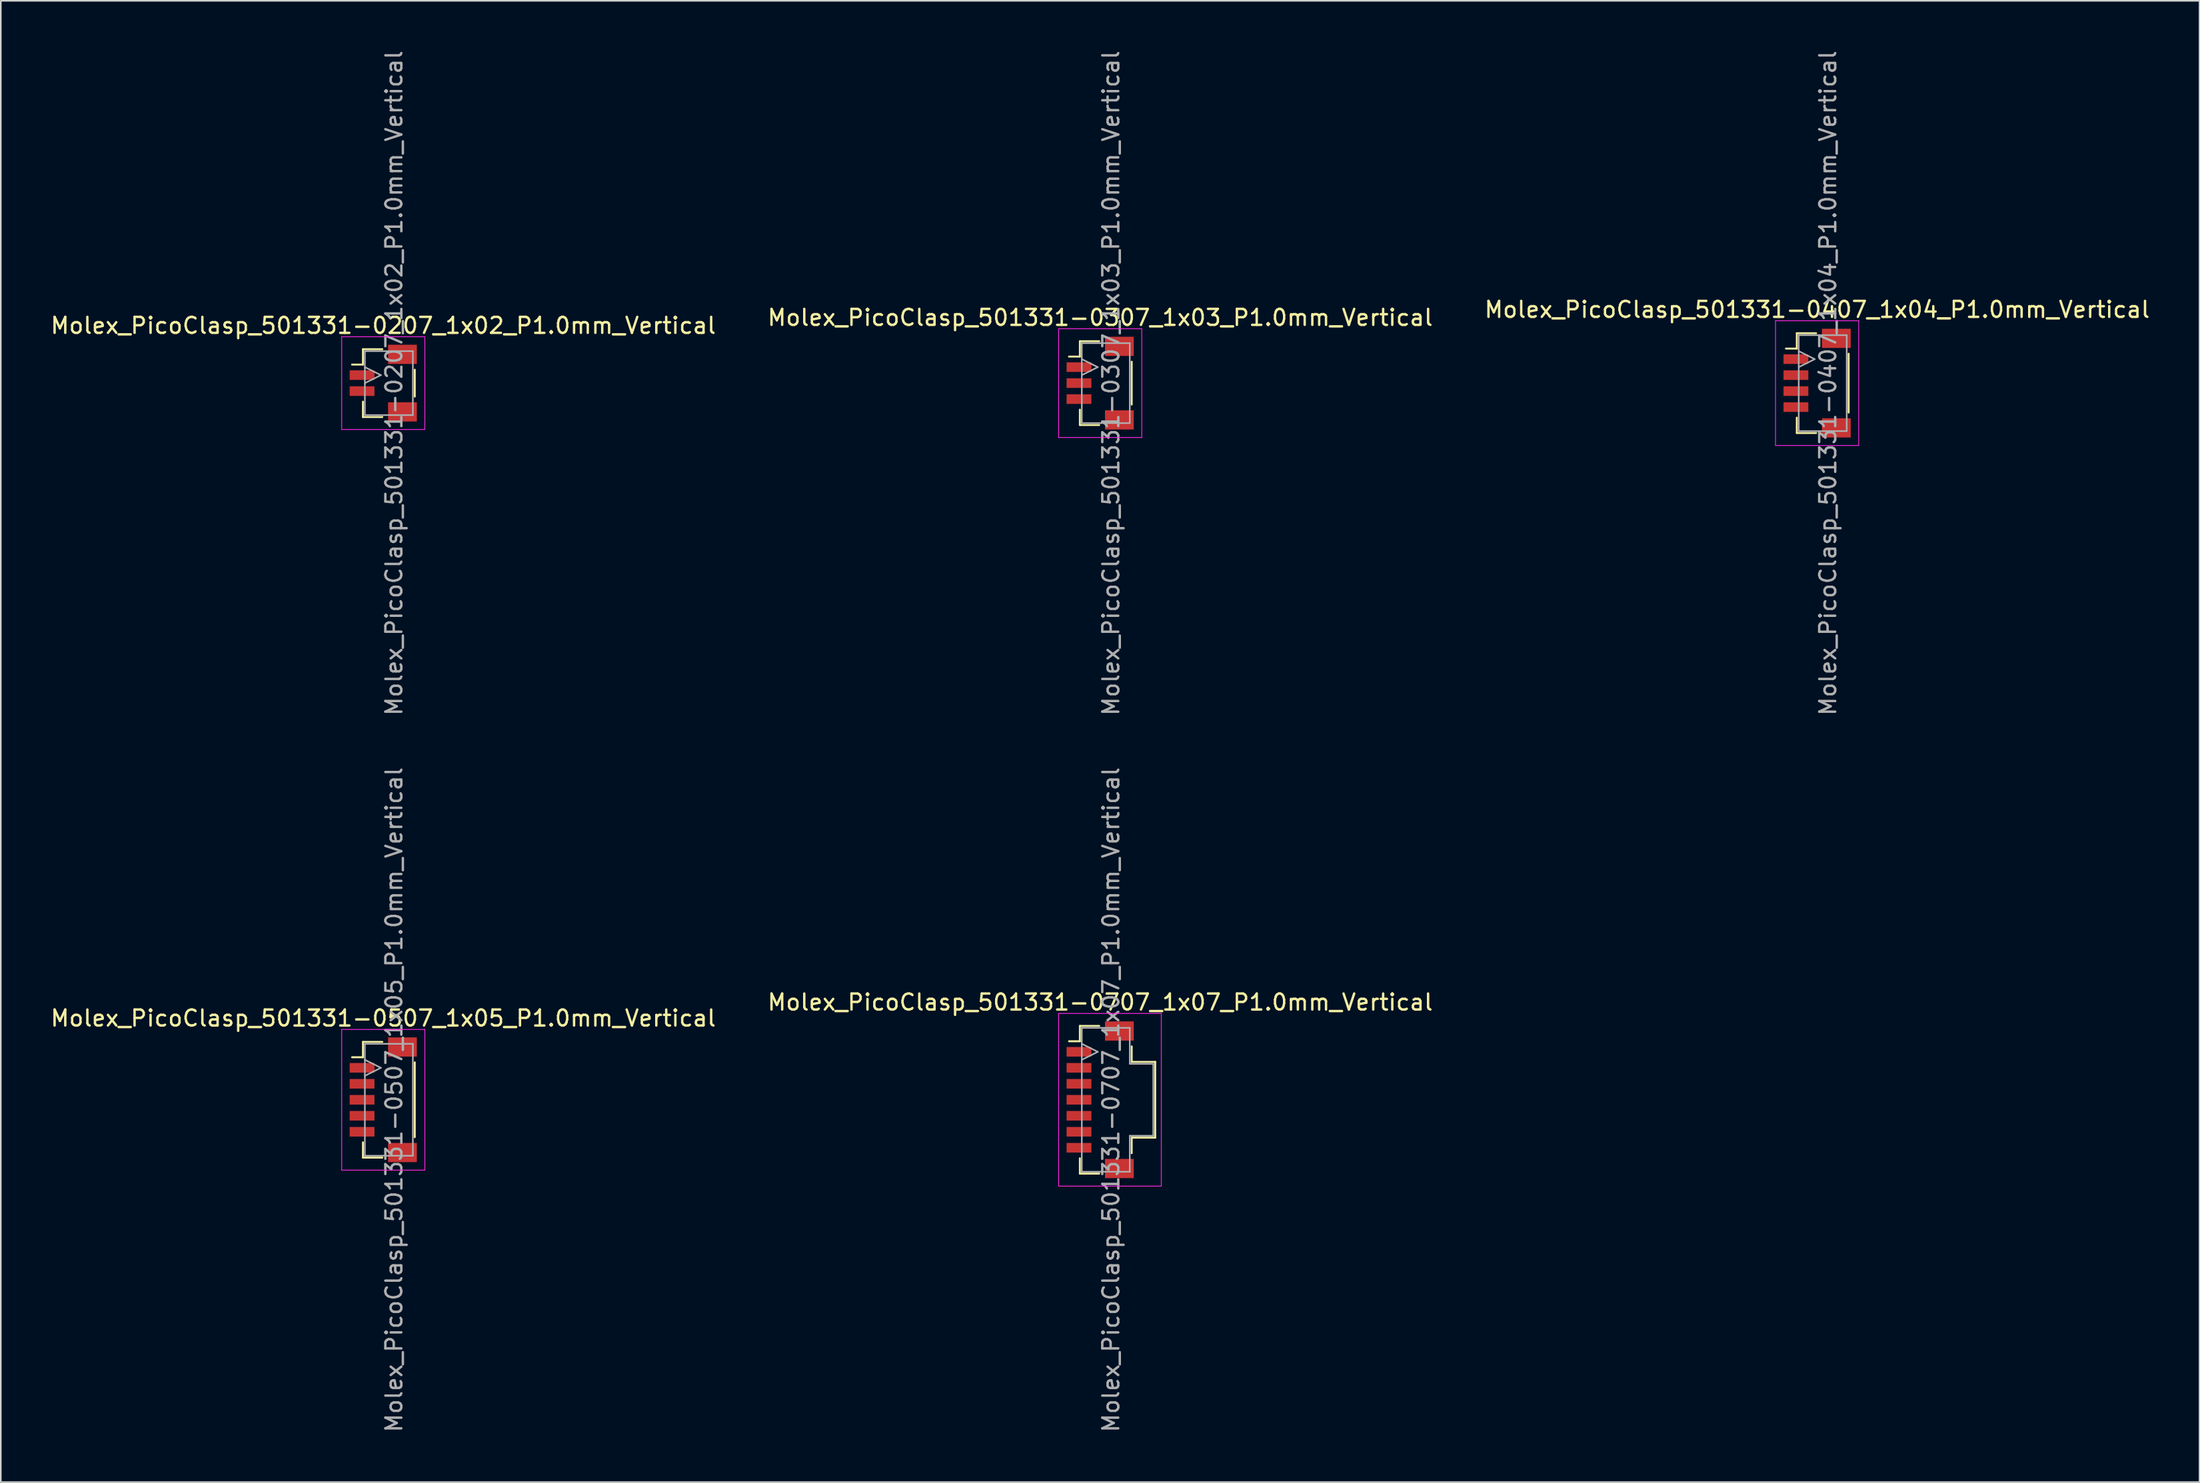
<source format=kicad_pcb>
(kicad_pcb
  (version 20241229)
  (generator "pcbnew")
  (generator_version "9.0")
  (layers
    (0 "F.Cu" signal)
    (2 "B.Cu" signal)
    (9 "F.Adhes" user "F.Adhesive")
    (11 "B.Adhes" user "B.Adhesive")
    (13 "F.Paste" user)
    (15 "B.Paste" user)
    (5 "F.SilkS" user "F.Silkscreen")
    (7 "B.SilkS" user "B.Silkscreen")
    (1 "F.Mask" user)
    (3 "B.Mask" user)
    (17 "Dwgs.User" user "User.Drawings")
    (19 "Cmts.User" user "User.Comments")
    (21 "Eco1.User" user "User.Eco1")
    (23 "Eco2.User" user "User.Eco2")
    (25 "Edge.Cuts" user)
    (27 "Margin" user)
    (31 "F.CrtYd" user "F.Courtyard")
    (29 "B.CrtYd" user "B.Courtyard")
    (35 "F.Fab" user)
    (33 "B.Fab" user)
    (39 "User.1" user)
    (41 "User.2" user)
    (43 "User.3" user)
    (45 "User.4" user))
  (footprint "Molex_PicoClasp_501331-0307_1x03_P1.0mm_Vertical"
    (layer "F.Cu")
    (at 65.732 20.911)
    (property "Reference" "Molex_PicoClasp_501331-0307_1x03_P1.0mm_Vertical" (at 0 -4.1 0) (layer "F.SilkS") (effects (font (size 1 1) (thickness 0.15))))
    (attr smd)
    (fp_line (start -1.95 -1.66) (end -1.27 -1.66) (stroke (width 0.12) (type solid)) (layer "F.SilkS"))
    (fp_line (start -1.27 -2.62) (end -0.06 -2.62) (stroke (width 0.12) (type solid)) (layer "F.SilkS"))
    (fp_line (start -1.27 -1.66) (end -1.27 -2.62) (stroke (width 0.12) (type solid)) (layer "F.SilkS"))
    (fp_line (start -1.27 1.66) (end -1.27 2.62) (stroke (width 0.12) (type solid)) (layer "F.SilkS"))
    (fp_line (start -1.27 2.62) (end -0.06 2.62) (stroke (width 0.12) (type solid)) (layer "F.SilkS"))
    (fp_line (start 1.97 -1.34) (end 1.97 1.34) (stroke (width 0.12) (type solid)) (layer "F.SilkS"))
    (fp_line (start -2.6 -3.4) (end -2.6 3.4) (stroke (width 0.05) (type solid)) (layer "F.CrtYd"))
    (fp_line (start -2.6 3.4) (end 2.6 3.4) (stroke (width 0.05) (type solid)) (layer "F.CrtYd"))
    (fp_line (start 2.6 -3.4) (end -2.6 -3.4) (stroke (width 0.05) (type solid)) (layer "F.CrtYd"))
    (fp_line (start 2.6 3.4) (end 2.6 -3.4) (stroke (width 0.05) (type solid)) (layer "F.CrtYd"))
    (fp_line (start -1.15 -2.5) (end -1.15 2.5) (stroke (width 0.1) (type solid)) (layer "F.Fab"))
    (fp_line (start -1.15 -0.5) (end -0.15 -1) (stroke (width 0.1) (type solid)) (layer "F.Fab"))
    (fp_line (start -1.15 2.5) (end 1.85 2.5) (stroke (width 0.1) (type solid)) (layer "F.Fab"))
    (fp_line (start -0.15 -1) (end -1.15 -1.5) (stroke (width 0.1) (type solid)) (layer "F.Fab"))
    (fp_line (start 1.85 -2.5) (end -1.15 -2.5) (stroke (width 0.1) (type solid)) (layer "F.Fab"))
    (fp_line (start 1.85 2.5) (end 1.85 -2.5) (stroke (width 0.1) (type solid)) (layer "F.Fab"))
    (fp_text user "${REFERENCE}" (at 0.675 0 90) (layer "F.Fab") (effects (font (size 1 1) (thickness 0.15))))
    (pad "" smd rect (at 1.2 -2.3) (size 1.8 1.2) (layers "F.Cu" "F.Mask" "F.Paste"))
    (pad "" smd rect (at 1.2 2.3) (size 1.8 1.2) (layers "F.Cu" "F.Mask" "F.Paste"))
    (pad "1" smd rect (at -1.325 -1) (size 1.55 0.6) (layers "F.Cu" "F.Mask" "F.Paste"))
    (pad "2" smd rect (at -1.325 0) (size 1.55 0.6) (layers "F.Cu" "F.Mask" "F.Paste"))
    (pad "3" smd rect (at -1.325 1) (size 1.55 0.6) (layers "F.Cu" "F.Mask" "F.Paste")))
  (footprint "Molex_PicoClasp_501331-0407_1x04_P1.0mm_Vertical"
    (layer "F.Cu")
    (at 110.554 20.911)
    (property "Reference" "Molex_PicoClasp_501331-0407_1x04_P1.0mm_Vertical" (at 0 -4.6 0) (layer "F.SilkS") (effects (font (size 1 1) (thickness 0.15))))
    (attr smd)
    (fp_line (start -1.95 -2.16) (end -1.27 -2.16) (stroke (width 0.12) (type solid)) (layer "F.SilkS"))
    (fp_line (start -1.27 -3.12) (end -0.06 -3.12) (stroke (width 0.12) (type solid)) (layer "F.SilkS"))
    (fp_line (start -1.27 -2.16) (end -1.27 -3.12) (stroke (width 0.12) (type solid)) (layer "F.SilkS"))
    (fp_line (start -1.27 2.16) (end -1.27 3.12) (stroke (width 0.12) (type solid)) (layer "F.SilkS"))
    (fp_line (start -1.27 3.12) (end -0.06 3.12) (stroke (width 0.12) (type solid)) (layer "F.SilkS"))
    (fp_line (start 1.97 -1.84) (end 1.97 1.84) (stroke (width 0.12) (type solid)) (layer "F.SilkS"))
    (fp_line (start -2.6 -3.9) (end -2.6 3.9) (stroke (width 0.05) (type solid)) (layer "F.CrtYd"))
    (fp_line (start -2.6 3.9) (end 2.6 3.9) (stroke (width 0.05) (type solid)) (layer "F.CrtYd"))
    (fp_line (start 2.6 -3.9) (end -2.6 -3.9) (stroke (width 0.05) (type solid)) (layer "F.CrtYd"))
    (fp_line (start 2.6 3.9) (end 2.6 -3.9) (stroke (width 0.05) (type solid)) (layer "F.CrtYd"))
    (fp_line (start -1.15 -3) (end -1.15 3) (stroke (width 0.1) (type solid)) (layer "F.Fab"))
    (fp_line (start -1.15 -1) (end -0.15 -1.5) (stroke (width 0.1) (type solid)) (layer "F.Fab"))
    (fp_line (start -1.15 3) (end 1.85 3) (stroke (width 0.1) (type solid)) (layer "F.Fab"))
    (fp_line (start -0.15 -1.5) (end -1.15 -2) (stroke (width 0.1) (type solid)) (layer "F.Fab"))
    (fp_line (start 1.85 -3) (end -1.15 -3) (stroke (width 0.1) (type solid)) (layer "F.Fab"))
    (fp_line (start 1.85 3) (end 1.85 -3) (stroke (width 0.1) (type solid)) (layer "F.Fab"))
    (fp_text user "${REFERENCE}" (at 0.675 0 90) (layer "F.Fab") (effects (font (size 1 1) (thickness 0.15))))
    (pad "" smd rect (at 1.2 -2.8) (size 1.8 1.2) (layers "F.Cu" "F.Mask" "F.Paste"))
    (pad "" smd rect (at 1.2 2.8) (size 1.8 1.2) (layers "F.Cu" "F.Mask" "F.Paste"))
    (pad "1" smd rect (at -1.325 -1.5) (size 1.55 0.6) (layers "F.Cu" "F.Mask" "F.Paste"))
    (pad "2" smd rect (at -1.325 -0.5) (size 1.55 0.6) (layers "F.Cu" "F.Mask" "F.Paste"))
    (pad "3" smd rect (at -1.325 0.5) (size 1.55 0.6) (layers "F.Cu" "F.Mask" "F.Paste"))
    (pad "4" smd rect (at -1.325 1.5) (size 1.55 0.6) (layers "F.Cu" "F.Mask" "F.Paste")))
  (footprint "Molex_PicoClasp_501331-0207_1x02_P1.0mm_Vertical"
    (layer "F.Cu")
    (at 20.911 20.911)
    (property "Reference" "Molex_PicoClasp_501331-0207_1x02_P1.0mm_Vertical" (at 0 -3.6 0) (layer "F.SilkS") (effects (font (size 1 1) (thickness 0.15))))
    (attr smd)
    (fp_line (start -1.95 -1.16) (end -1.27 -1.16) (stroke (width 0.12) (type solid)) (layer "F.SilkS"))
    (fp_line (start -1.27 -2.12) (end -0.06 -2.12) (stroke (width 0.12) (type solid)) (layer "F.SilkS"))
    (fp_line (start -1.27 -1.16) (end -1.27 -2.12) (stroke (width 0.12) (type solid)) (layer "F.SilkS"))
    (fp_line (start -1.27 1.16) (end -1.27 2.12) (stroke (width 0.12) (type solid)) (layer "F.SilkS"))
    (fp_line (start -1.27 2.12) (end -0.06 2.12) (stroke (width 0.12) (type solid)) (layer "F.SilkS"))
    (fp_line (start 1.97 -0.84) (end 1.97 0.84) (stroke (width 0.12) (type solid)) (layer "F.SilkS"))
    (fp_line (start -2.6 -2.9) (end -2.6 2.9) (stroke (width 0.05) (type solid)) (layer "F.CrtYd"))
    (fp_line (start -2.6 2.9) (end 2.6 2.9) (stroke (width 0.05) (type solid)) (layer "F.CrtYd"))
    (fp_line (start 2.6 -2.9) (end -2.6 -2.9) (stroke (width 0.05) (type solid)) (layer "F.CrtYd"))
    (fp_line (start 2.6 2.9) (end 2.6 -2.9) (stroke (width 0.05) (type solid)) (layer "F.CrtYd"))
    (fp_line (start -1.15 -2) (end -1.15 2) (stroke (width 0.1) (type solid)) (layer "F.Fab"))
    (fp_line (start -1.15 0) (end -0.15 -0.5) (stroke (width 0.1) (type solid)) (layer "F.Fab"))
    (fp_line (start -1.15 2) (end 1.85 2) (stroke (width 0.1) (type solid)) (layer "F.Fab"))
    (fp_line (start -0.15 -0.5) (end -1.15 -1) (stroke (width 0.1) (type solid)) (layer "F.Fab"))
    (fp_line (start 1.85 -2) (end -1.15 -2) (stroke (width 0.1) (type solid)) (layer "F.Fab"))
    (fp_line (start 1.85 2) (end 1.85 -2) (stroke (width 0.1) (type solid)) (layer "F.Fab"))
    (fp_text user "${REFERENCE}" (at 0.675 0 90) (layer "F.Fab") (effects (font (size 1 1) (thickness 0.15))))
    (pad "" smd rect (at 1.2 -1.8) (size 1.8 1.2) (layers "F.Cu" "F.Mask" "F.Paste"))
    (pad "" smd rect (at 1.2 1.8) (size 1.8 1.2) (layers "F.Cu" "F.Mask" "F.Paste"))
    (pad "1" smd rect (at -1.325 -0.5) (size 1.55 0.6) (layers "F.Cu" "F.Mask" "F.Paste"))
    (pad "2" smd rect (at -1.325 0.5) (size 1.55 0.6) (layers "F.Cu" "F.Mask" "F.Paste")))
  (footprint "Molex_PicoClasp_501331-0507_1x05_P1.0mm_Vertical"
    (layer "F.Cu")
    (at 20.911 65.732)
    (property "Reference" "Molex_PicoClasp_501331-0507_1x05_P1.0mm_Vertical" (at 0 -5.1 0) (layer "F.SilkS") (effects (font (size 1 1) (thickness 0.15))))
    (attr smd)
    (fp_line (start -1.95 -2.66) (end -1.27 -2.66) (stroke (width 0.12) (type solid)) (layer "F.SilkS"))
    (fp_line (start -1.27 -3.62) (end -0.06 -3.62) (stroke (width 0.12) (type solid)) (layer "F.SilkS"))
    (fp_line (start -1.27 -2.66) (end -1.27 -3.62) (stroke (width 0.12) (type solid)) (layer "F.SilkS"))
    (fp_line (start -1.27 2.66) (end -1.27 3.62) (stroke (width 0.12) (type solid)) (layer "F.SilkS"))
    (fp_line (start -1.27 3.62) (end -0.06 3.62) (stroke (width 0.12) (type solid)) (layer "F.SilkS"))
    (fp_line (start 1.97 -2.34) (end 1.97 2.34) (stroke (width 0.12) (type solid)) (layer "F.SilkS"))
    (fp_line (start -2.6 -4.4) (end -2.6 4.4) (stroke (width 0.05) (type solid)) (layer "F.CrtYd"))
    (fp_line (start -2.6 4.4) (end 2.6 4.4) (stroke (width 0.05) (type solid)) (layer "F.CrtYd"))
    (fp_line (start 2.6 -4.4) (end -2.6 -4.4) (stroke (width 0.05) (type solid)) (layer "F.CrtYd"))
    (fp_line (start 2.6 4.4) (end 2.6 -4.4) (stroke (width 0.05) (type solid)) (layer "F.CrtYd"))
    (fp_line (start -1.15 -3.5) (end -1.15 3.5) (stroke (width 0.1) (type solid)) (layer "F.Fab"))
    (fp_line (start -1.15 -1.5) (end -0.15 -2) (stroke (width 0.1) (type solid)) (layer "F.Fab"))
    (fp_line (start -1.15 3.5) (end 1.85 3.5) (stroke (width 0.1) (type solid)) (layer "F.Fab"))
    (fp_line (start -0.15 -2) (end -1.15 -2.5) (stroke (width 0.1) (type solid)) (layer "F.Fab"))
    (fp_line (start 1.85 -3.5) (end -1.15 -3.5) (stroke (width 0.1) (type solid)) (layer "F.Fab"))
    (fp_line (start 1.85 3.5) (end 1.85 -3.5) (stroke (width 0.1) (type solid)) (layer "F.Fab"))
    (fp_text user "${REFERENCE}" (at 0.675 0 90) (layer "F.Fab") (effects (font (size 1 1) (thickness 0.15))))
    (pad "" smd rect (at 1.2 -3.3) (size 1.8 1.2) (layers "F.Cu" "F.Mask" "F.Paste"))
    (pad "" smd rect (at 1.2 3.3) (size 1.8 1.2) (layers "F.Cu" "F.Mask" "F.Paste"))
    (pad "1" smd rect (at -1.325 -2) (size 1.55 0.6) (layers "F.Cu" "F.Mask" "F.Paste"))
    (pad "2" smd rect (at -1.325 -1) (size 1.55 0.6) (layers "F.Cu" "F.Mask" "F.Paste"))
    (pad "3" smd rect (at -1.325 0) (size 1.55 0.6) (layers "F.Cu" "F.Mask" "F.Paste"))
    (pad "4" smd rect (at -1.325 1) (size 1.55 0.6) (layers "F.Cu" "F.Mask" "F.Paste"))
    (pad "5" smd rect (at -1.325 2) (size 1.55 0.6) (layers "F.Cu" "F.Mask" "F.Paste")))
  (footprint "Molex_PicoClasp_501331-0707_1x07_P1.0mm_Vertical"
    (layer "F.Cu")
    (at 65.732 65.732)
    (property "Reference" "Molex_PicoClasp_501331-0707_1x07_P1.0mm_Vertical" (at 0 -6.1 0) (layer "F.SilkS") (effects (font (size 1 1) (thickness 0.15))))
    (attr smd)
    (fp_line (start -1.95 -3.66) (end -1.27 -3.66) (stroke (width 0.12) (type solid)) (layer "F.SilkS"))
    (fp_line (start -1.27 -4.62) (end -0.06 -4.62) (stroke (width 0.12) (type solid)) (layer "F.SilkS"))
    (fp_line (start -1.27 -3.66) (end -1.27 -4.62) (stroke (width 0.12) (type solid)) (layer "F.SilkS"))
    (fp_line (start -1.27 3.66) (end -1.27 4.62) (stroke (width 0.12) (type solid)) (layer "F.SilkS"))
    (fp_line (start -1.27 4.62) (end -0.06 4.62) (stroke (width 0.12) (type solid)) (layer "F.SilkS"))
    (fp_line (start 1.97 -3.34) (end 1.97 -2.37) (stroke (width 0.12) (type solid)) (layer "F.SilkS"))
    (fp_line (start 1.97 -2.37) (end 3.44 -2.37) (stroke (width 0.12) (type solid)) (layer "F.SilkS"))
    (fp_line (start 1.97 2.37) (end 1.97 3.34) (stroke (width 0.12) (type solid)) (layer "F.SilkS"))
    (fp_line (start 3.44 -2.37) (end 3.44 2.37) (stroke (width 0.12) (type solid)) (layer "F.SilkS"))
    (fp_line (start 3.44 2.37) (end 1.97 2.37) (stroke (width 0.12) (type solid)) (layer "F.SilkS"))
    (fp_line (start -2.6 -5.4) (end -2.6 5.4) (stroke (width 0.05) (type solid)) (layer "F.CrtYd"))
    (fp_line (start -2.6 5.4) (end 3.82 5.4) (stroke (width 0.05) (type solid)) (layer "F.CrtYd"))
    (fp_line (start 3.82 -5.4) (end -2.6 -5.4) (stroke (width 0.05) (type solid)) (layer "F.CrtYd"))
    (fp_line (start 3.82 5.4) (end 3.82 -5.4) (stroke (width 0.05) (type solid)) (layer "F.CrtYd"))
    (fp_line (start -1.15 -4.5) (end 1.85 -4.5) (stroke (width 0.1) (type solid)) (layer "F.Fab"))
    (fp_line (start -1.15 -2.5) (end -0.15 -3) (stroke (width 0.1) (type solid)) (layer "F.Fab"))
    (fp_line (start -1.15 4.5) (end -1.15 -4.5) (stroke (width 0.1) (type solid)) (layer "F.Fab"))
    (fp_line (start -0.15 -3) (end -1.15 -3.5) (stroke (width 0.1) (type solid)) (layer "F.Fab"))
    (fp_line (start 1.85 -4.5) (end 1.85 -2.25) (stroke (width 0.1) (type solid)) (layer "F.Fab"))
    (fp_line (start 1.85 -2.25) (end 3.32 -2.25) (stroke (width 0.1) (type solid)) (layer "F.Fab"))
    (fp_line (start 1.85 2.25) (end 1.85 4.5) (stroke (width 0.1) (type solid)) (layer "F.Fab"))
    (fp_line (start 1.85 4.5) (end -1.15 4.5) (stroke (width 0.1) (type solid)) (layer "F.Fab"))
    (fp_line (start 3.32 -2.25) (end 3.32 2.25) (stroke (width 0.1) (type solid)) (layer "F.Fab"))
    (fp_line (start 3.32 2.25) (end 1.85 2.25) (stroke (width 0.1) (type solid)) (layer "F.Fab"))
    (fp_text user "${REFERENCE}" (at 0.675 0 90) (layer "F.Fab") (effects (font (size 1 1) (thickness 0.15))))
    (pad "" smd rect (at 1.2 -4.3) (size 1.8 1.2) (layers "F.Cu" "F.Mask" "F.Paste"))
    (pad "" smd rect (at 1.2 4.3) (size 1.8 1.2) (layers "F.Cu" "F.Mask" "F.Paste"))
    (pad "1" smd rect (at -1.325 -3) (size 1.55 0.6) (layers "F.Cu" "F.Mask" "F.Paste"))
    (pad "2" smd rect (at -1.325 -2) (size 1.55 0.6) (layers "F.Cu" "F.Mask" "F.Paste"))
    (pad "3" smd rect (at -1.325 -1) (size 1.55 0.6) (layers "F.Cu" "F.Mask" "F.Paste"))
    (pad "4" smd rect (at -1.325 0) (size 1.55 0.6) (layers "F.Cu" "F.Mask" "F.Paste"))
    (pad "5" smd rect (at -1.325 1) (size 1.55 0.6) (layers "F.Cu" "F.Mask" "F.Paste"))
    (pad "6" smd rect (at -1.325 2) (size 1.55 0.6) (layers "F.Cu" "F.Mask" "F.Paste"))
    (pad "7" smd rect (at -1.325 3) (size 1.55 0.6) (layers "F.Cu" "F.Mask" "F.Paste")))
  (gr_rect
    (start -3 -3)
    (end 134.464 89.643)
    (stroke (width 0.1) (type default))
    (fill no)
    (layer "Edge.Cuts")))
</source>
